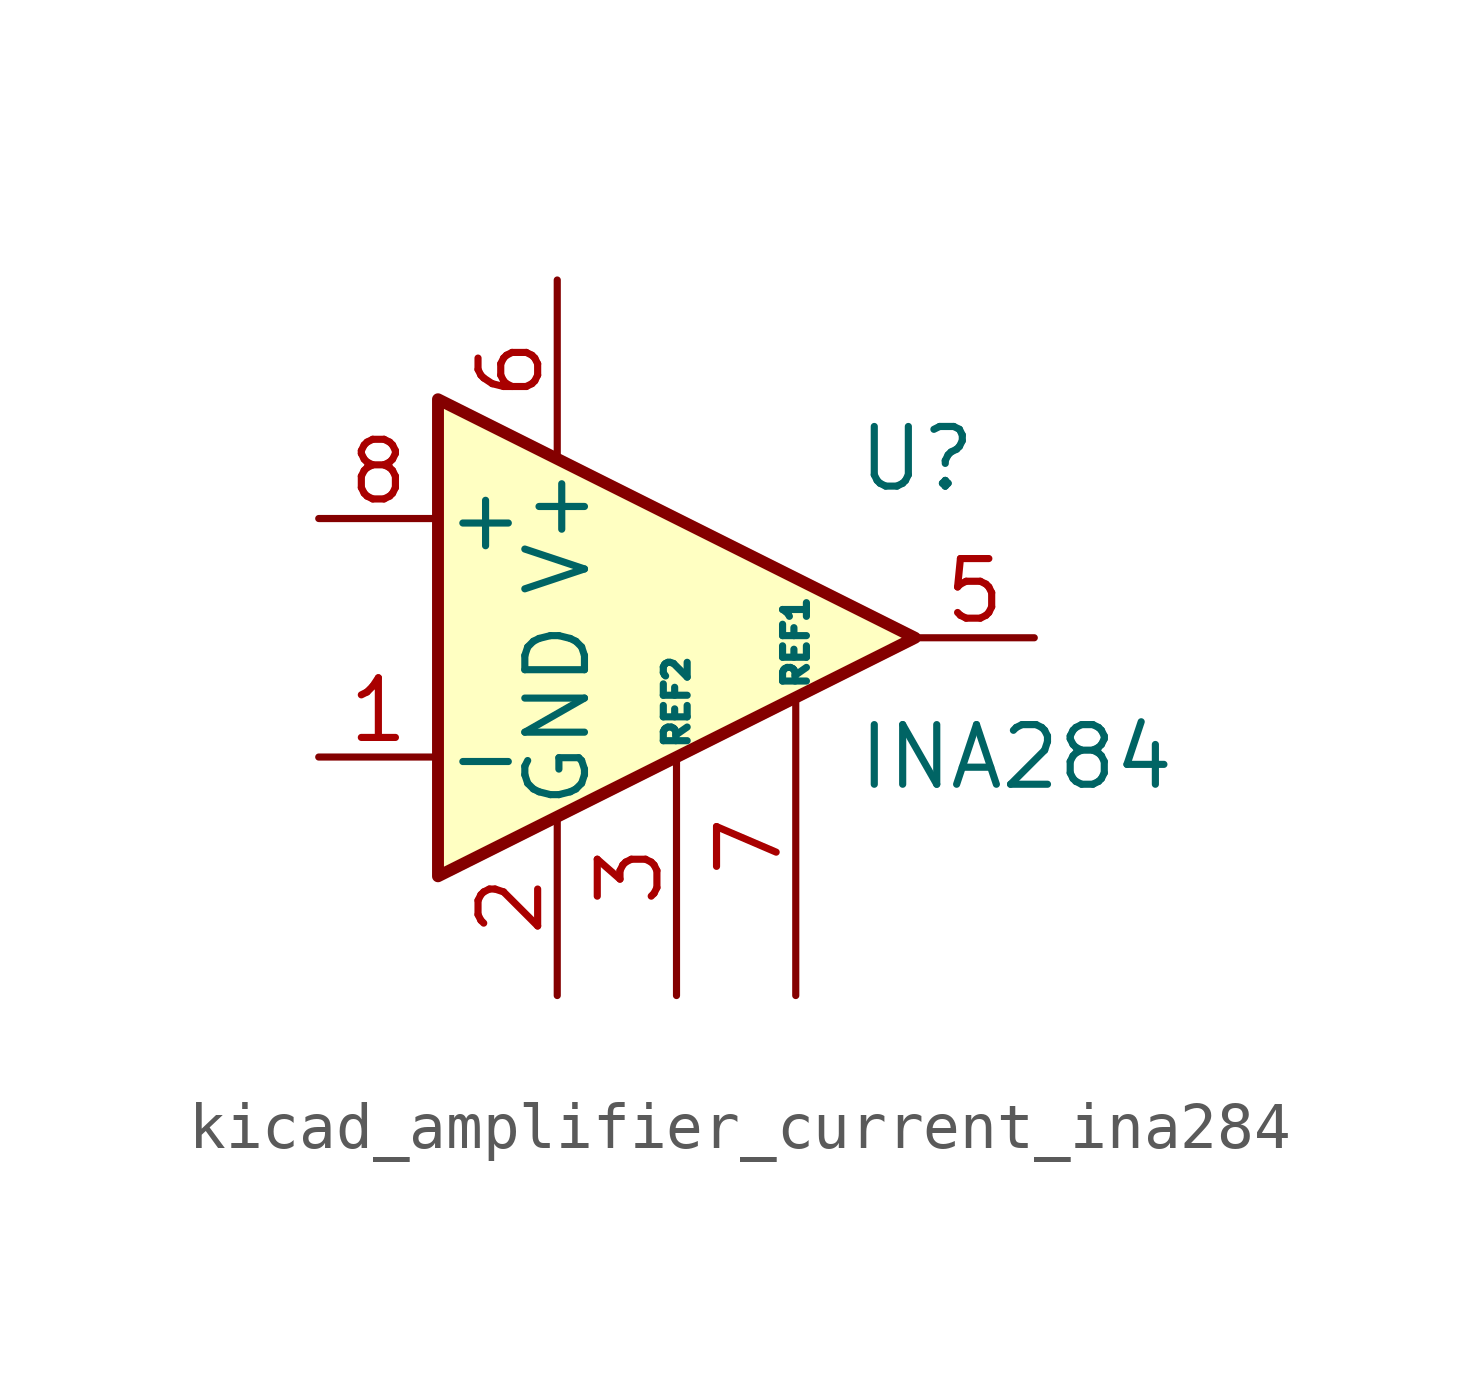
<source format=kicad_sym>
(kicad_symbol_lib
  (version 20220914)
  (generator kicad_symbol_editor)
  (symbol "kicad_amplifier_current_ina284"
    (pin_names
      (offset 0.127))
    (property "Reference" "U"
      (at 3.81 3.81 0)
      (effects (font (size 1.27 1.27)) (justify left)))
    (property "Value" "INA284"
      (at 3.81 -2.54 0)
      (effects (font (size 1.27 1.27)) (justify left)))
    (symbol "kicad_amplifier_current_ina284_0_1"
      (polyline (pts (xy 5.08 0) (xy -5.08 5.08) (xy -5.08 -5.08) (xy 5.08 0)) (stroke (width 0.254) (type default)) (fill (type background))))
    (symbol "kicad_amplifier_current_ina284_1_1"
      (pin input line (at -7.62 -2.54 0) (length 2.54) (name "-" (effects (font (size 1.27 1.27)))) (number "1" (effects (font (size 1.27 1.27)))))
      (pin power_in line (at -2.54 -7.62 90) (length 3.81) (name "GND" (effects (font (size 1.27 1.27)))) (number "2" (effects (font (size 1.27 1.27)))))
      (pin input line (at 0 -7.62 90) (length 5.08) (name "REF2" (effects (font (size 0.508 0.508)))) (number "3" (effects (font (size 1.27 1.27)))))
      (pin no_connect line (at -5.08 0 0) (length 2.54) hide (name "NC" (effects (font (size 1.27 1.27)))) (number "4" (effects (font (size 1.27 1.27)))))
      (pin output line (at 7.62 0 180) (length 2.54) (name "~" (effects (font (size 1.27 1.27)))) (number "5" (effects (font (size 1.27 1.27)))))
      (pin input line (at -2.54 7.62 270) (length 3.81) (name "V+" (effects (font (size 1.27 1.27)))) (number "6" (effects (font (size 1.27 1.27)))))
      (pin input line (at 2.54 -7.62 90) (length 6.35) (name "REF1" (effects (font (size 0.508 0.508)))) (number "7" (effects (font (size 1.27 1.27)))))
      (pin input line (at -7.62 2.54 0) (length 2.54) (name "+" (effects (font (size 1.27 1.27)))) (number "8" (effects (font (size 1.27 1.27))))))))
</source>
